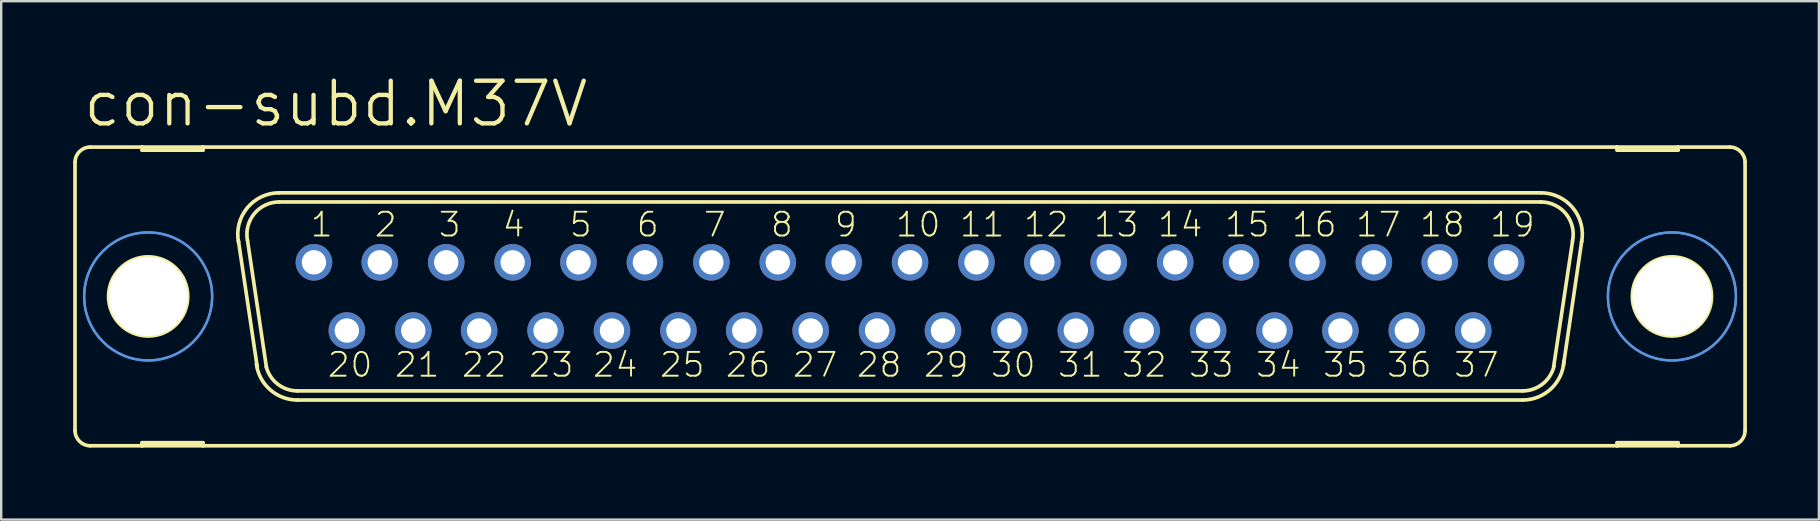
<source format=kicad_pcb>
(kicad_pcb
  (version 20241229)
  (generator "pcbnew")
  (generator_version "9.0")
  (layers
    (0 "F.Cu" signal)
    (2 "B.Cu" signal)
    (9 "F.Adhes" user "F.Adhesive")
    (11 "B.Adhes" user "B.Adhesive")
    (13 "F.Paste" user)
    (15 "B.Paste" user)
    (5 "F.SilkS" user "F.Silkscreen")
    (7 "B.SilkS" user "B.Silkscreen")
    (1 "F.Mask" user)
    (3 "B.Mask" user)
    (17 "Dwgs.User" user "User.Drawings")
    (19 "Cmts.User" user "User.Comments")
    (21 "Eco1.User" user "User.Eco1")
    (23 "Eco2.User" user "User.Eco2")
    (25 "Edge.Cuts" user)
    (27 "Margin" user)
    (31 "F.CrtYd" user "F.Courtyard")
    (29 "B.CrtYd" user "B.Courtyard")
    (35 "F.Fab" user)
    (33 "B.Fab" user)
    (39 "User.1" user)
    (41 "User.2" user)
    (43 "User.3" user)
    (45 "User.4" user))
  (footprint "con-subd.M37V"
    (layer "F.Cu")
    (at 34.874 9.303)
    (property "Reference" "con-subd.M37V" (at -34.544 -6.985 0) (layer "F.SilkS") (effects (font (size 1.778 1.778) (thickness 0.18)) (justify left bottom)))
    (attr through_hole)
    (fp_line (start -34.798 -5.588) (end -34.798 5.588) (stroke (width 0.152) (type default)) (layer "F.SilkS"))
    (fp_line (start -34.163 6.223) (end -32.004 6.223) (stroke (width 0.152) (type default)) (layer "F.SilkS"))
    (fp_line (start -32.004 -6.223) (end -34.163 -6.223) (stroke (width 0.152) (type default)) (layer "F.SilkS"))
    (fp_line (start -32.004 -6.223) (end -32.004 -6.096) (stroke (width 0.152) (type default)) (layer "F.SilkS"))
    (fp_line (start -32.004 -6.096) (end -29.464 -6.096) (stroke (width 0.152) (type default)) (layer "F.SilkS"))
    (fp_line (start -32.004 6.096) (end -29.464 6.096) (stroke (width 0.152) (type default)) (layer "F.SilkS"))
    (fp_line (start -32.004 6.223) (end -32.004 6.096) (stroke (width 0.152) (type default)) (layer "F.SilkS"))
    (fp_line (start -32.004 6.223) (end -29.464 6.223) (stroke (width 0.152) (type default)) (layer "F.SilkS"))
    (fp_line (start -29.464 -6.223) (end -32.004 -6.223) (stroke (width 0.152) (type default)) (layer "F.SilkS"))
    (fp_line (start -29.464 -6.096) (end -29.464 -6.223) (stroke (width 0.152) (type default)) (layer "F.SilkS"))
    (fp_line (start -29.464 6.096) (end -29.464 6.223) (stroke (width 0.152) (type default)) (layer "F.SilkS"))
    (fp_line (start -29.464 6.223) (end 29.464 6.223) (stroke (width 0.152) (type default)) (layer "F.SilkS"))
    (fp_line (start -27.203 2.946) (end -27.991 -2.337) (stroke (width 0.152) (type default)) (layer "F.SilkS"))
    (fp_line (start -26.822 2.946) (end -27.61 -2.337) (stroke (width 0.152) (type default)) (layer "F.SilkS"))
    (fp_line (start -26.289 -4.318) (end 26.289 -4.318) (stroke (width 0.152) (type default)) (layer "F.SilkS"))
    (fp_line (start -26.289 -3.937) (end 26.289 -3.937) (stroke (width 0.152) (type default)) (layer "F.SilkS"))
    (fp_line (start -25.527 3.937) (end 25.527 3.937) (stroke (width 0.152) (type default)) (layer "F.SilkS"))
    (fp_line (start -25.527 4.318) (end 25.527 4.318) (stroke (width 0.152) (type default)) (layer "F.SilkS"))
    (fp_line (start 27.61 -2.311) (end 26.822 2.921) (stroke (width 0.152) (type default)) (layer "F.SilkS"))
    (fp_line (start 27.991 -2.311) (end 27.229 2.87) (stroke (width 0.152) (type default)) (layer "F.SilkS"))
    (fp_line (start 29.464 -6.223) (end -29.464 -6.223) (stroke (width 0.152) (type default)) (layer "F.SilkS"))
    (fp_line (start 29.464 -6.223) (end 29.464 -6.096) (stroke (width 0.152) (type default)) (layer "F.SilkS"))
    (fp_line (start 29.464 -6.096) (end 32.004 -6.096) (stroke (width 0.152) (type default)) (layer "F.SilkS"))
    (fp_line (start 29.464 6.096) (end 32.004 6.096) (stroke (width 0.152) (type default)) (layer "F.SilkS"))
    (fp_line (start 29.464 6.223) (end 29.464 6.096) (stroke (width 0.152) (type default)) (layer "F.SilkS"))
    (fp_line (start 29.464 6.223) (end 32.004 6.223) (stroke (width 0.152) (type default)) (layer "F.SilkS"))
    (fp_line (start 32.004 -6.223) (end 29.464 -6.223) (stroke (width 0.152) (type default)) (layer "F.SilkS"))
    (fp_line (start 32.004 -6.096) (end 32.004 -6.223) (stroke (width 0.152) (type default)) (layer "F.SilkS"))
    (fp_line (start 32.004 6.096) (end 32.004 6.223) (stroke (width 0.152) (type default)) (layer "F.SilkS"))
    (fp_line (start 32.004 6.223) (end 34.163 6.223) (stroke (width 0.152) (type default)) (layer "F.SilkS"))
    (fp_line (start 34.163 -6.223) (end 32.004 -6.223) (stroke (width 0.152) (type default)) (layer "F.SilkS"))
    (fp_line (start 34.798 -5.588) (end 34.798 5.588) (stroke (width 0.152) (type default)) (layer "F.SilkS"))
    (fp_arc (start -34.798 -5.588) (mid -34.612013 -6.037013) (end -34.163 -6.223) (stroke (width 0.1524) (type default)) (layer "F.SilkS"))
    (fp_arc (start -34.163 6.223) (mid -34.612013 6.037013) (end -34.798 5.588) (stroke (width 0.1524) (type default)) (layer "F.SilkS"))
    (fp_arc (start -27.9827 -2.2521) (mid -27.624717 -3.685841) (end -26.289 -4.318) (stroke (width 0.1524) (type default)) (layer "F.SilkS"))
    (fp_arc (start -27.6091 -2.3268) (mid -27.330082 -3.444284) (end -26.289 -3.937) (stroke (width 0.1524) (type default)) (layer "F.SilkS"))
    (fp_arc (start -25.527 3.937) (mid -26.3505 3.655746) (end -26.8299 2.9295) (stroke (width 0.1524) (type default)) (layer "F.SilkS"))
    (fp_arc (start -25.527 4.318) (mid -26.664711 3.890312) (end -27.239 2.8191) (stroke (width 0.1524) (type default)) (layer "F.SilkS"))
    (fp_arc (start 26.289 -4.318) (mid 27.624812 -3.685867) (end 27.983 -2.2521) (stroke (width 0.1524) (type default)) (layer "F.SilkS"))
    (fp_arc (start 26.289 -3.937) (mid 27.337556 -3.435184) (end 27.6045 -2.3038) (stroke (width 0.1524) (type default)) (layer "F.SilkS"))
    (fp_arc (start 26.8357 2.905) (mid 26.360256 3.647874) (end 25.527 3.937) (stroke (width 0.1524) (type default)) (layer "F.SilkS"))
    (fp_arc (start 27.2513 2.6849) (mid 26.714366 3.844828) (end 25.527 4.318) (stroke (width 0.1524) (type default)) (layer "F.SilkS"))
    (fp_arc (start 34.163 -6.223) (mid 34.612013 -6.037013) (end 34.798 -5.588) (stroke (width 0.1524) (type default)) (layer "F.SilkS"))
    (fp_arc (start 34.798 5.588) (mid 34.612013 6.037013) (end 34.163 6.223) (stroke (width 0.1524) (type default)) (layer "F.SilkS"))
    (fp_circle (center -31.75 0) (end -30.099 0) (stroke (width 0.152) (type default)) (fill no) (layer "F.SilkS"))
    (fp_circle (center 31.75 0) (end 33.401 0) (stroke (width 0.152) (type default)) (fill no) (layer "F.SilkS"))
    (fp_circle (center -31.75 0) (end -29.083 0) (stroke (width 0.1) (type default)) (fill no) (layer "Cmts.User"))
    (fp_circle (center -31.75 0) (end -29.083 0) (stroke (width 0.1) (type default)) (fill no) (layer "Cmts.User"))
    (fp_circle (center 31.75 0) (end 34.417 0) (stroke (width 0.1) (type default)) (fill no) (layer "Cmts.User"))
    (fp_circle (center 31.75 0) (end 34.417 0) (stroke (width 0.1) (type default)) (fill no) (layer "Cmts.User"))
    (fp_circle (center -24.841 -1.422) (end -24.587 -1.422) (stroke (width 0.406) (type default)) (fill no) (layer "F.Fab"))
    (fp_circle (center -23.47 1.422) (end -23.216 1.422) (stroke (width 0.406) (type default)) (fill no) (layer "F.Fab"))
    (fp_circle (center -22.073 -1.422) (end -21.819 -1.422) (stroke (width 0.406) (type default)) (fill no) (layer "F.Fab"))
    (fp_circle (center -20.701 1.422) (end -20.447 1.422) (stroke (width 0.406) (type default)) (fill no) (layer "F.Fab"))
    (fp_circle (center -19.329 -1.422) (end -19.075 -1.422) (stroke (width 0.406) (type default)) (fill no) (layer "F.Fab"))
    (fp_circle (center -17.932 1.422) (end -17.678 1.422) (stroke (width 0.406) (type default)) (fill no) (layer "F.Fab"))
    (fp_circle (center -16.561 -1.422) (end -16.307 -1.422) (stroke (width 0.406) (type default)) (fill no) (layer "F.Fab"))
    (fp_circle (center -15.189 1.422) (end -14.935 1.422) (stroke (width 0.406) (type default)) (fill no) (layer "F.Fab"))
    (fp_circle (center -13.792 -1.422) (end -13.538 -1.422) (stroke (width 0.406) (type default)) (fill no) (layer "F.Fab"))
    (fp_circle (center -12.421 1.422) (end -12.167 1.422) (stroke (width 0.406) (type default)) (fill no) (layer "F.Fab"))
    (fp_circle (center -11.049 -1.422) (end -10.795 -1.422) (stroke (width 0.406) (type default)) (fill no) (layer "F.Fab"))
    (fp_circle (center -9.652 1.422) (end -9.398 1.422) (stroke (width 0.406) (type default)) (fill no) (layer "F.Fab"))
    (fp_circle (center -8.28 -1.422) (end -8.026 -1.422) (stroke (width 0.406) (type default)) (fill no) (layer "F.Fab"))
    (fp_circle (center -6.909 1.422) (end -6.655 1.422) (stroke (width 0.406) (type default)) (fill no) (layer "F.Fab"))
    (fp_circle (center -5.512 -1.422) (end -5.258 -1.422) (stroke (width 0.406) (type default)) (fill no) (layer "F.Fab"))
    (fp_circle (center -4.14 1.422) (end -3.886 1.422) (stroke (width 0.406) (type default)) (fill no) (layer "F.Fab"))
    (fp_circle (center -2.769 -1.422) (end -2.515 -1.422) (stroke (width 0.406) (type default)) (fill no) (layer "F.Fab"))
    (fp_circle (center -1.372 1.422) (end -1.118 1.422) (stroke (width 0.406) (type default)) (fill no) (layer "F.Fab"))
    (fp_circle (center 0 -1.422) (end 0.254 -1.422) (stroke (width 0.406) (type default)) (fill no) (layer "F.Fab"))
    (fp_circle (center 1.372 1.422) (end 1.626 1.422) (stroke (width 0.406) (type default)) (fill no) (layer "F.Fab"))
    (fp_circle (center 2.769 -1.422) (end 3.023 -1.422) (stroke (width 0.406) (type default)) (fill no) (layer "F.Fab"))
    (fp_circle (center 4.14 1.422) (end 4.394 1.422) (stroke (width 0.406) (type default)) (fill no) (layer "F.Fab"))
    (fp_circle (center 5.512 -1.422) (end 5.766 -1.422) (stroke (width 0.406) (type default)) (fill no) (layer "F.Fab"))
    (fp_circle (center 6.909 1.422) (end 7.163 1.422) (stroke (width 0.406) (type default)) (fill no) (layer "F.Fab"))
    (fp_circle (center 8.28 -1.422) (end 8.534 -1.422) (stroke (width 0.406) (type default)) (fill no) (layer "F.Fab"))
    (fp_circle (center 9.652 1.422) (end 9.906 1.422) (stroke (width 0.406) (type default)) (fill no) (layer "F.Fab"))
    (fp_circle (center 11.049 -1.422) (end 11.303 -1.422) (stroke (width 0.406) (type default)) (fill no) (layer "F.Fab"))
    (fp_circle (center 12.421 1.422) (end 12.675 1.422) (stroke (width 0.406) (type default)) (fill no) (layer "F.Fab"))
    (fp_circle (center 13.792 -1.422) (end 14.046 -1.422) (stroke (width 0.406) (type default)) (fill no) (layer "F.Fab"))
    (fp_circle (center 15.189 1.422) (end 15.443 1.422) (stroke (width 0.406) (type default)) (fill no) (layer "F.Fab"))
    (fp_circle (center 16.561 -1.422) (end 16.815 -1.422) (stroke (width 0.406) (type default)) (fill no) (layer "F.Fab"))
    (fp_circle (center 17.932 1.422) (end 18.186 1.422) (stroke (width 0.406) (type default)) (fill no) (layer "F.Fab"))
    (fp_circle (center 19.329 -1.422) (end 19.583 -1.422) (stroke (width 0.406) (type default)) (fill no) (layer "F.Fab"))
    (fp_circle (center 20.701 1.422) (end 20.955 1.422) (stroke (width 0.406) (type default)) (fill no) (layer "F.Fab"))
    (fp_circle (center 22.073 -1.422) (end 22.327 -1.422) (stroke (width 0.406) (type default)) (fill no) (layer "F.Fab"))
    (fp_circle (center 23.47 1.422) (end 23.724 1.422) (stroke (width 0.406) (type default)) (fill no) (layer "F.Fab"))
    (fp_circle (center 24.841 -1.422) (end 25.095 -1.422) (stroke (width 0.406) (type default)) (fill no) (layer "F.Fab"))
    (fp_text user "22" (at -18.745 3.429 0) (layer "F.SilkS") (effects (font (size 0.991 0.991) (thickness 0.08)) (justify left bottom)))
    (fp_text user "14" (at 10.262 -2.413 0) (layer "F.SilkS") (effects (font (size 0.991 0.991) (thickness 0.08)) (justify left bottom)))
    (fp_text user "11" (at 2.007 -2.413 0) (layer "F.SilkS") (effects (font (size 0.991 0.991) (thickness 0.08)) (justify left bottom)))
    (fp_text user "25" (at -10.49 3.429 0) (layer "F.SilkS") (effects (font (size 0.991 0.991) (thickness 0.08)) (justify left bottom)))
    (fp_text user "12" (at 4.674 -2.413 0) (layer "F.SilkS") (effects (font (size 0.991 0.991) (thickness 0.08)) (justify left bottom)))
    (fp_text user "19" (at 24.105 -2.413 0) (layer "F.SilkS") (effects (font (size 0.991 0.991) (thickness 0.08)) (justify left bottom)))
    (fp_text user "35" (at 17.145 3.429 0) (layer "F.SilkS") (effects (font (size 0.991 0.991) (thickness 0.08)) (justify left bottom)))
    (fp_text user "27" (at -4.953 3.429 0) (layer "F.SilkS") (effects (font (size 0.991 0.991) (thickness 0.08)) (justify left bottom)))
    (fp_text user "15" (at 13.056 -2.413 0) (layer "F.SilkS") (effects (font (size 0.991 0.991) (thickness 0.08)) (justify left bottom)))
    (fp_text user "30" (at 3.302 3.429 0) (layer "F.SilkS") (effects (font (size 0.991 0.991) (thickness 0.08)) (justify left bottom)))
    (fp_text user "32" (at 8.763 3.429 0) (layer "F.SilkS") (effects (font (size 0.991 0.991) (thickness 0.08)) (justify left bottom)))
    (fp_text user "24" (at -13.284 3.429 0) (layer "F.SilkS") (effects (font (size 0.991 0.991) (thickness 0.08)) (justify left bottom)))
    (fp_text user "26" (at -7.747 3.429 0) (layer "F.SilkS") (effects (font (size 0.991 0.991) (thickness 0.08)) (justify left bottom)))
    (fp_text user "13" (at 7.595 -2.413 0) (layer "F.SilkS") (effects (font (size 0.991 0.991) (thickness 0.08)) (justify left bottom)))
    (fp_text user "9" (at -3.2 -2.413 0) (layer "F.SilkS") (effects (font (size 0.991 0.991) (thickness 0.08)) (justify left bottom)))
    (fp_text user "3" (at -19.71 -2.413 0) (layer "F.SilkS") (effects (font (size 0.991 0.991) (thickness 0.08)) (justify left bottom)))
    (fp_text user "1" (at -25.044 -2.413 0) (layer "F.SilkS") (effects (font (size 0.991 0.991) (thickness 0.08)) (justify left bottom)))
    (fp_text user "33" (at 11.557 3.429 0) (layer "F.SilkS") (effects (font (size 0.991 0.991) (thickness 0.08)) (justify left bottom)))
    (fp_text user "34" (at 14.351 3.429 0) (layer "F.SilkS") (effects (font (size 0.991 0.991) (thickness 0.08)) (justify left bottom)))
    (fp_text user "18" (at 21.184 -2.413 0) (layer "F.SilkS") (effects (font (size 0.991 0.991) (thickness 0.08)) (justify left bottom)))
    (fp_text user "4" (at -17.043 -2.413 0) (layer "F.SilkS") (effects (font (size 0.991 0.991) (thickness 0.08)) (justify left bottom)))
    (fp_text user "16" (at 15.85 -2.413 0) (layer "F.SilkS") (effects (font (size 0.991 0.991) (thickness 0.08)) (justify left bottom)))
    (fp_text user "37" (at 22.606 3.429 0) (layer "F.SilkS") (effects (font (size 0.991 0.991) (thickness 0.08)) (justify left bottom)))
    (fp_text user "10" (at -0.66 -2.413 0) (layer "F.SilkS") (effects (font (size 0.991 0.991) (thickness 0.08)) (justify left bottom)))
    (fp_text user "17" (at 18.517 -2.413 0) (layer "F.SilkS") (effects (font (size 0.991 0.991) (thickness 0.08)) (justify left bottom)))
    (fp_text user "6" (at -11.455 -2.413 0) (layer "F.SilkS") (effects (font (size 0.991 0.991) (thickness 0.08)) (justify left bottom)))
    (fp_text user "5" (at -14.249 -2.413 0) (layer "F.SilkS") (effects (font (size 0.991 0.991) (thickness 0.08)) (justify left bottom)))
    (fp_text user "20" (at -24.333 3.429 0) (layer "F.SilkS") (effects (font (size 0.991 0.991) (thickness 0.08)) (justify left bottom)))
    (fp_text user "8" (at -5.867 -2.413 0) (layer "F.SilkS") (effects (font (size 0.991 0.991) (thickness 0.08)) (justify left bottom)))
    (fp_text user "21" (at -21.539 3.429 0) (layer "F.SilkS") (effects (font (size 0.991 0.991) (thickness 0.08)) (justify left bottom)))
    (fp_text user "36" (at 19.812 3.429 0) (layer "F.SilkS") (effects (font (size 0.991 0.991) (thickness 0.08)) (justify left bottom)))
    (fp_text user "2" (at -22.377 -2.413 0) (layer "F.SilkS") (effects (font (size 0.991 0.991) (thickness 0.08)) (justify left bottom)))
    (fp_text user "29" (at 0.508 3.429 0) (layer "F.SilkS") (effects (font (size 0.991 0.991) (thickness 0.08)) (justify left bottom)))
    (fp_text user "23" (at -15.951 3.429 0) (layer "F.SilkS") (effects (font (size 0.991 0.991) (thickness 0.08)) (justify left bottom)))
    (fp_text user "7" (at -8.661 -2.413 0) (layer "F.SilkS") (effects (font (size 0.991 0.991) (thickness 0.08)) (justify left bottom)))
    (fp_text user "28" (at -2.286 3.429 0) (layer "F.SilkS") (effects (font (size 0.991 0.991) (thickness 0.08)) (justify left bottom)))
    (fp_text user "31" (at 6.096 3.429 0) (layer "F.SilkS") (effects (font (size 0.991 0.991) (thickness 0.08)) (justify left bottom)))
    (pad "" np_thru_hole circle (at -31.75 0) (size 3.302 3.302) (drill 3.302) (layers "*.Cu" "*.Mask"))
    (pad "" np_thru_hole circle (at 31.75 0) (size 3.302 3.302) (drill 3.302) (layers "*.Cu" "*.Mask"))
    (pad "1" thru_hole circle (at -24.841 -1.422) (size 1.524 1.524) (drill 1.016) (layers "*.Cu" "*.Mask"))
    (pad "2" thru_hole circle (at -22.098 -1.422) (size 1.524 1.524) (drill 1.016) (layers "*.Cu" "*.Mask"))
    (pad "3" thru_hole circle (at -19.329 -1.422) (size 1.524 1.524) (drill 1.016) (layers "*.Cu" "*.Mask"))
    (pad "4" thru_hole circle (at -16.561 -1.422) (size 1.524 1.524) (drill 1.016) (layers "*.Cu" "*.Mask"))
    (pad "5" thru_hole circle (at -13.818 -1.422) (size 1.524 1.524) (drill 1.016) (layers "*.Cu" "*.Mask"))
    (pad "6" thru_hole circle (at -11.049 -1.422) (size 1.524 1.524) (drill 1.016) (layers "*.Cu" "*.Mask"))
    (pad "7" thru_hole circle (at -8.28 -1.422) (size 1.524 1.524) (drill 1.016) (layers "*.Cu" "*.Mask"))
    (pad "8" thru_hole circle (at -5.512 -1.422) (size 1.524 1.524) (drill 1.016) (layers "*.Cu" "*.Mask"))
    (pad "9" thru_hole circle (at -2.769 -1.422) (size 1.524 1.524) (drill 1.016) (layers "*.Cu" "*.Mask"))
    (pad "10" thru_hole circle (at 0 -1.422) (size 1.524 1.524) (drill 1.016) (layers "*.Cu" "*.Mask"))
    (pad "11" thru_hole circle (at 2.769 -1.422) (size 1.524 1.524) (drill 1.016) (layers "*.Cu" "*.Mask"))
    (pad "12" thru_hole circle (at 5.512 -1.422) (size 1.524 1.524) (drill 1.016) (layers "*.Cu" "*.Mask"))
    (pad "13" thru_hole circle (at 8.28 -1.422) (size 1.524 1.524) (drill 1.016) (layers "*.Cu" "*.Mask"))
    (pad "14" thru_hole circle (at 11.049 -1.422) (size 1.524 1.524) (drill 1.016) (layers "*.Cu" "*.Mask"))
    (pad "15" thru_hole circle (at 13.792 -1.422) (size 1.524 1.524) (drill 1.016) (layers "*.Cu" "*.Mask"))
    (pad "16" thru_hole circle (at 16.561 -1.422) (size 1.524 1.524) (drill 1.016) (layers "*.Cu" "*.Mask"))
    (pad "17" thru_hole circle (at 19.329 -1.422) (size 1.524 1.524) (drill 1.016) (layers "*.Cu" "*.Mask"))
    (pad "18" thru_hole circle (at 22.073 -1.422) (size 1.524 1.524) (drill 1.016) (layers "*.Cu" "*.Mask"))
    (pad "19" thru_hole circle (at 24.841 -1.422) (size 1.524 1.524) (drill 1.016) (layers "*.Cu" "*.Mask"))
    (pad "20" thru_hole circle (at -23.47 1.422) (size 1.524 1.524) (drill 1.016) (layers "*.Cu" "*.Mask"))
    (pad "21" thru_hole circle (at -20.701 1.422) (size 1.524 1.524) (drill 1.016) (layers "*.Cu" "*.Mask"))
    (pad "22" thru_hole circle (at -17.958 1.422) (size 1.524 1.524) (drill 1.016) (layers "*.Cu" "*.Mask"))
    (pad "23" thru_hole circle (at -15.189 1.422) (size 1.524 1.524) (drill 1.016) (layers "*.Cu" "*.Mask"))
    (pad "24" thru_hole circle (at -12.421 1.422) (size 1.524 1.524) (drill 1.016) (layers "*.Cu" "*.Mask"))
    (pad "25" thru_hole circle (at -9.652 1.422) (size 1.524 1.524) (drill 1.016) (layers "*.Cu" "*.Mask"))
    (pad "26" thru_hole circle (at -6.909 1.422) (size 1.524 1.524) (drill 1.016) (layers "*.Cu" "*.Mask"))
    (pad "27" thru_hole circle (at -4.14 1.422) (size 1.524 1.524) (drill 1.016) (layers "*.Cu" "*.Mask"))
    (pad "28" thru_hole circle (at -1.372 1.422) (size 1.524 1.524) (drill 1.016) (layers "*.Cu" "*.Mask"))
    (pad "29" thru_hole circle (at 1.372 1.422) (size 1.524 1.524) (drill 1.016) (layers "*.Cu" "*.Mask"))
    (pad "30" thru_hole circle (at 4.14 1.422) (size 1.524 1.524) (drill 1.016) (layers "*.Cu" "*.Mask"))
    (pad "31" thru_hole circle (at 6.909 1.422) (size 1.524 1.524) (drill 1.016) (layers "*.Cu" "*.Mask"))
    (pad "32" thru_hole circle (at 9.652 1.422) (size 1.524 1.524) (drill 1.016) (layers "*.Cu" "*.Mask"))
    (pad "33" thru_hole circle (at 12.421 1.422) (size 1.524 1.524) (drill 1.016) (layers "*.Cu" "*.Mask"))
    (pad "34" thru_hole circle (at 15.189 1.422) (size 1.524 1.524) (drill 1.016) (layers "*.Cu" "*.Mask"))
    (pad "35" thru_hole circle (at 17.932 1.422) (size 1.524 1.524) (drill 1.016) (layers "*.Cu" "*.Mask"))
    (pad "36" thru_hole circle (at 20.701 1.422) (size 1.524 1.524) (drill 1.016) (layers "*.Cu" "*.Mask"))
    (pad "37" thru_hole circle (at 23.47 1.422) (size 1.524 1.524) (drill 1.016) (layers "*.Cu" "*.Mask")))
  (gr_rect
    (start -3 -3)
    (end 72.748 18.602)
    (stroke (width 0.1) (type default))
    (fill no)
    (layer "Edge.Cuts")))
</source>
